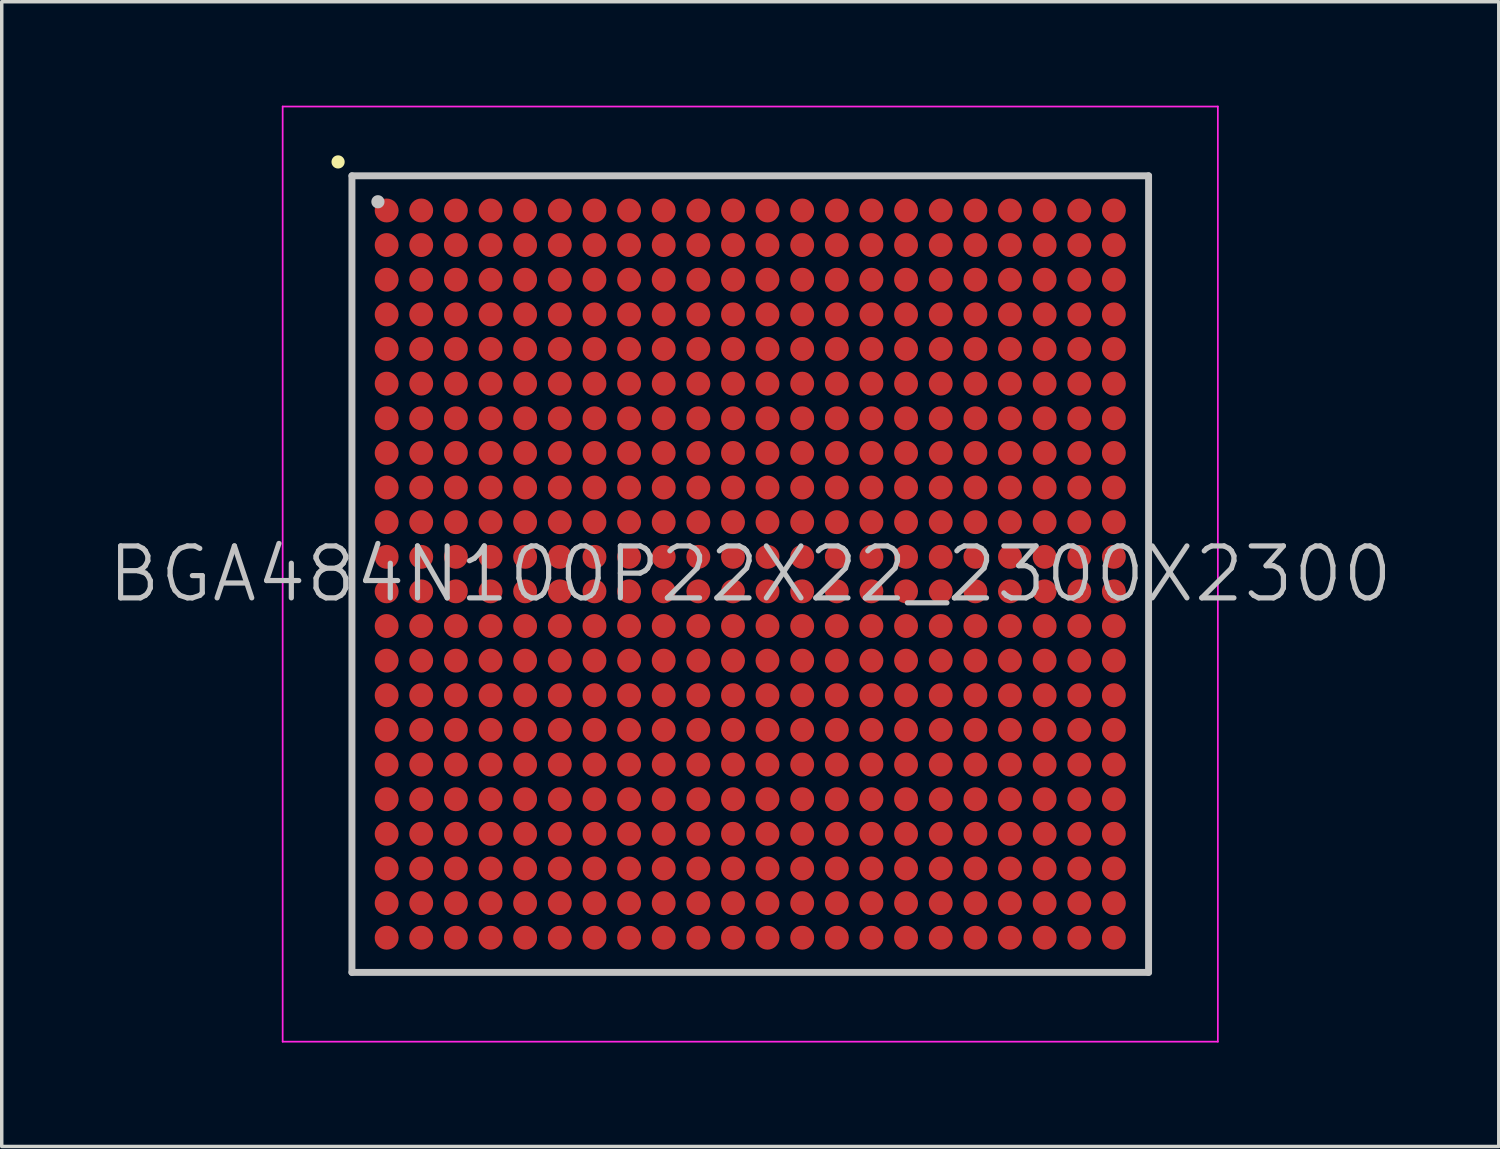
<source format=kicad_pcb>
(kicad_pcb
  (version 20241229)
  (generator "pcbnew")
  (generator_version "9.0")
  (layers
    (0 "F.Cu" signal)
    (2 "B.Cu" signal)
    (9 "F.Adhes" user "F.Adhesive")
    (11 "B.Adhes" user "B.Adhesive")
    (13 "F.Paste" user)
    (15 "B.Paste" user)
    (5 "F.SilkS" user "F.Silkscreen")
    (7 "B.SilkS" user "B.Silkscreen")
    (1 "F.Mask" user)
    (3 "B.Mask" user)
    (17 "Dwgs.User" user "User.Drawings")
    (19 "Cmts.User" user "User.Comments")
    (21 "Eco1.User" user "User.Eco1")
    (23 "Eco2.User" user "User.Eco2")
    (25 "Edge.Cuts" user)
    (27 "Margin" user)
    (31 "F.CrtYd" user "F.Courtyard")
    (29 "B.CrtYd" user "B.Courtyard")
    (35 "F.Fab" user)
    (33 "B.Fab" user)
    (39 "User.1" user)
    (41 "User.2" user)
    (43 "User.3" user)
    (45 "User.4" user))
  (footprint "BGA484N100P22X22_2300X2300"
    (layer "F.Cu")
    (at 18.611 13.525)
    (property "Reference" "BGA484N100P22X22_2300X2300" (at 0 0 0) (layer "Dwgs.User") (effects (font (size 1.5 1.5) (thickness 0.15))))
    (attr smd)
    (fp_line (start -11.9 -11.9) (end -11.9 -11.9) (stroke (width 0.381) (type solid)) (layer "F.SilkS"))
    (fp_line (start -11.5 -11.5) (end -11.5 11.5) (stroke (width 0.2) (type solid)) (layer "Dwgs.User"))
    (fp_line (start -11.5 -11.5) (end 11.5 -11.5) (stroke (width 0.2) (type solid)) (layer "Dwgs.User"))
    (fp_line (start -11.5 11.5) (end 11.5 11.5) (stroke (width 0.2) (type solid)) (layer "Dwgs.User"))
    (fp_line (start -10.75 -10.75) (end -10.75 -10.75) (stroke (width 0.381) (type solid)) (layer "Dwgs.User"))
    (fp_line (start 11.5 -11.5) (end 11.5 11.5) (stroke (width 0.2) (type solid)) (layer "Dwgs.User"))
    (fp_line (start -13.5 -13.5) (end -13.5 13.5) (stroke (width 0.05) (type solid)) (layer "F.CrtYd"))
    (fp_line (start -13.5 -13.5) (end 13.5 -13.5) (stroke (width 0.05) (type solid)) (layer "F.CrtYd"))
    (fp_line (start -13.5 13.5) (end 13.5 13.5) (stroke (width 0.05) (type solid)) (layer "F.CrtYd"))
    (fp_line (start 13.5 -13.5) (end 13.5 13.5) (stroke (width 0.05) (type solid)) (layer "F.CrtYd"))
    (pad "A1" smd circle (at -10.498 -10.498 270) (size 0.69 0.69) (layers "F.Cu" "F.Mask" "F.Paste"))
    (pad "A2" smd circle (at -9.5 -10.498 270) (size 0.69 0.69) (layers "F.Cu" "F.Mask" "F.Paste"))
    (pad "A3" smd circle (at -8.499 -10.498 270) (size 0.69 0.69) (layers "F.Cu" "F.Mask" "F.Paste"))
    (pad "A4" smd circle (at -7.498 -10.498 270) (size 0.69 0.69) (layers "F.Cu" "F.Mask" "F.Paste"))
    (pad "A5" smd circle (at -6.5 -10.498 270) (size 0.69 0.69) (layers "F.Cu" "F.Mask" "F.Paste"))
    (pad "A6" smd circle (at -5.499 -10.498 270) (size 0.69 0.69) (layers "F.Cu" "F.Mask" "F.Paste"))
    (pad "A7" smd circle (at -4.498 -10.498 270) (size 0.69 0.69) (layers "F.Cu" "F.Mask" "F.Paste"))
    (pad "A8" smd circle (at -3.498 -10.498 270) (size 0.69 0.69) (layers "F.Cu" "F.Mask" "F.Paste"))
    (pad "A9" smd circle (at -2.499 -10.498 270) (size 0.69 0.69) (layers "F.Cu" "F.Mask" "F.Paste"))
    (pad "A10" smd circle (at -1.499 -10.498 270) (size 0.69 0.69) (layers "F.Cu" "F.Mask" "F.Paste"))
    (pad "A11" smd circle (at -0.498 -10.498 270) (size 0.69 0.69) (layers "F.Cu" "F.Mask" "F.Paste"))
    (pad "A12" smd circle (at 0.498 -10.498 270) (size 0.69 0.69) (layers "F.Cu" "F.Mask" "F.Paste"))
    (pad "A13" smd circle (at 1.499 -10.498 270) (size 0.69 0.69) (layers "F.Cu" "F.Mask" "F.Paste"))
    (pad "A14" smd circle (at 2.499 -10.498 270) (size 0.69 0.69) (layers "F.Cu" "F.Mask" "F.Paste"))
    (pad "A15" smd circle (at 3.498 -10.498 270) (size 0.69 0.69) (layers "F.Cu" "F.Mask" "F.Paste"))
    (pad "A16" smd circle (at 4.498 -10.498 270) (size 0.69 0.69) (layers "F.Cu" "F.Mask" "F.Paste"))
    (pad "A17" smd circle (at 5.499 -10.498 270) (size 0.69 0.69) (layers "F.Cu" "F.Mask" "F.Paste"))
    (pad "A18" smd circle (at 6.5 -10.498 270) (size 0.69 0.69) (layers "F.Cu" "F.Mask" "F.Paste"))
    (pad "A19" smd circle (at 7.498 -10.498 270) (size 0.69 0.69) (layers "F.Cu" "F.Mask" "F.Paste"))
    (pad "A20" smd circle (at 8.499 -10.498 270) (size 0.69 0.69) (layers "F.Cu" "F.Mask" "F.Paste"))
    (pad "A21" smd circle (at 9.5 -10.498 270) (size 0.69 0.69) (layers "F.Cu" "F.Mask" "F.Paste"))
    (pad "A22" smd circle (at 10.498 -10.498 270) (size 0.69 0.69) (layers "F.Cu" "F.Mask" "F.Paste"))
    (pad "AA1" smd circle (at -10.498 9.5 270) (size 0.69 0.69) (layers "F.Cu" "F.Mask" "F.Paste"))
    (pad "AA2" smd circle (at -9.5 9.5 270) (size 0.69 0.69) (layers "F.Cu" "F.Mask" "F.Paste"))
    (pad "AA3" smd circle (at -8.499 9.5 270) (size 0.69 0.69) (layers "F.Cu" "F.Mask" "F.Paste"))
    (pad "AA4" smd circle (at -7.498 9.5 270) (size 0.69 0.69) (layers "F.Cu" "F.Mask" "F.Paste"))
    (pad "AA5" smd circle (at -6.5 9.5 270) (size 0.69 0.69) (layers "F.Cu" "F.Mask" "F.Paste"))
    (pad "AA6" smd circle (at -5.499 9.5 270) (size 0.69 0.69) (layers "F.Cu" "F.Mask" "F.Paste"))
    (pad "AA7" smd circle (at -4.498 9.5 270) (size 0.69 0.69) (layers "F.Cu" "F.Mask" "F.Paste"))
    (pad "AA8" smd circle (at -3.498 9.5 270) (size 0.69 0.69) (layers "F.Cu" "F.Mask" "F.Paste"))
    (pad "AA9" smd circle (at -2.499 9.5 270) (size 0.69 0.69) (layers "F.Cu" "F.Mask" "F.Paste"))
    (pad "AA10" smd circle (at -1.499 9.5 270) (size 0.69 0.69) (layers "F.Cu" "F.Mask" "F.Paste"))
    (pad "AA11" smd circle (at -0.498 9.5 270) (size 0.69 0.69) (layers "F.Cu" "F.Mask" "F.Paste"))
    (pad "AA12" smd circle (at 0.498 9.5 270) (size 0.69 0.69) (layers "F.Cu" "F.Mask" "F.Paste"))
    (pad "AA13" smd circle (at 1.499 9.5 270) (size 0.69 0.69) (layers "F.Cu" "F.Mask" "F.Paste"))
    (pad "AA14" smd circle (at 2.499 9.5 270) (size 0.69 0.69) (layers "F.Cu" "F.Mask" "F.Paste"))
    (pad "AA15" smd circle (at 3.498 9.5 270) (size 0.69 0.69) (layers "F.Cu" "F.Mask" "F.Paste"))
    (pad "AA16" smd circle (at 4.498 9.5 270) (size 0.69 0.69) (layers "F.Cu" "F.Mask" "F.Paste"))
    (pad "AA17" smd circle (at 5.499 9.5 270) (size 0.69 0.69) (layers "F.Cu" "F.Mask" "F.Paste"))
    (pad "AA18" smd circle (at 6.5 9.5 270) (size 0.69 0.69) (layers "F.Cu" "F.Mask" "F.Paste"))
    (pad "AA19" smd circle (at 7.498 9.5 270) (size 0.69 0.69) (layers "F.Cu" "F.Mask" "F.Paste"))
    (pad "AA20" smd circle (at 8.499 9.5 270) (size 0.69 0.69) (layers "F.Cu" "F.Mask" "F.Paste"))
    (pad "AA21" smd circle (at 9.5 9.5 270) (size 0.69 0.69) (layers "F.Cu" "F.Mask" "F.Paste"))
    (pad "AA22" smd circle (at 10.498 9.5 270) (size 0.69 0.69) (layers "F.Cu" "F.Mask" "F.Paste"))
    (pad "AB1" smd circle (at -10.498 10.498 270) (size 0.69 0.69) (layers "F.Cu" "F.Mask" "F.Paste"))
    (pad "AB2" smd circle (at -9.5 10.498 270) (size 0.69 0.69) (layers "F.Cu" "F.Mask" "F.Paste"))
    (pad "AB3" smd circle (at -8.499 10.498 270) (size 0.69 0.69) (layers "F.Cu" "F.Mask" "F.Paste"))
    (pad "AB4" smd circle (at -7.498 10.498 270) (size 0.69 0.69) (layers "F.Cu" "F.Mask" "F.Paste"))
    (pad "AB5" smd circle (at -6.5 10.498 270) (size 0.69 0.69) (layers "F.Cu" "F.Mask" "F.Paste"))
    (pad "AB6" smd circle (at -5.499 10.498 270) (size 0.69 0.69) (layers "F.Cu" "F.Mask" "F.Paste"))
    (pad "AB7" smd circle (at -4.498 10.498 270) (size 0.69 0.69) (layers "F.Cu" "F.Mask" "F.Paste"))
    (pad "AB8" smd circle (at -3.498 10.498 270) (size 0.69 0.69) (layers "F.Cu" "F.Mask" "F.Paste"))
    (pad "AB9" smd circle (at -2.499 10.498 270) (size 0.69 0.69) (layers "F.Cu" "F.Mask" "F.Paste"))
    (pad "AB10" smd circle (at -1.499 10.498 270) (size 0.69 0.69) (layers "F.Cu" "F.Mask" "F.Paste"))
    (pad "AB11" smd circle (at -0.498 10.498 270) (size 0.69 0.69) (layers "F.Cu" "F.Mask" "F.Paste"))
    (pad "AB12" smd circle (at 0.498 10.498 270) (size 0.69 0.69) (layers "F.Cu" "F.Mask" "F.Paste"))
    (pad "AB13" smd circle (at 1.499 10.498 270) (size 0.69 0.69) (layers "F.Cu" "F.Mask" "F.Paste"))
    (pad "AB14" smd circle (at 2.499 10.498 270) (size 0.69 0.69) (layers "F.Cu" "F.Mask" "F.Paste"))
    (pad "AB15" smd circle (at 3.498 10.498 270) (size 0.69 0.69) (layers "F.Cu" "F.Mask" "F.Paste"))
    (pad "AB16" smd circle (at 4.498 10.498 270) (size 0.69 0.69) (layers "F.Cu" "F.Mask" "F.Paste"))
    (pad "AB17" smd circle (at 5.499 10.498 270) (size 0.69 0.69) (layers "F.Cu" "F.Mask" "F.Paste"))
    (pad "AB18" smd circle (at 6.5 10.498 270) (size 0.69 0.69) (layers "F.Cu" "F.Mask" "F.Paste"))
    (pad "AB19" smd circle (at 7.498 10.498 270) (size 0.69 0.69) (layers "F.Cu" "F.Mask" "F.Paste"))
    (pad "AB20" smd circle (at 8.499 10.498 270) (size 0.69 0.69) (layers "F.Cu" "F.Mask" "F.Paste"))
    (pad "AB21" smd circle (at 9.5 10.498 270) (size 0.69 0.69) (layers "F.Cu" "F.Mask" "F.Paste"))
    (pad "AB22" smd circle (at 10.498 10.498 270) (size 0.69 0.69) (layers "F.Cu" "F.Mask" "F.Paste"))
    (pad "B1" smd circle (at -10.498 -9.5 270) (size 0.69 0.69) (layers "F.Cu" "F.Mask" "F.Paste"))
    (pad "B2" smd circle (at -9.5 -9.5 270) (size 0.69 0.69) (layers "F.Cu" "F.Mask" "F.Paste"))
    (pad "B3" smd circle (at -8.499 -9.5 270) (size 0.69 0.69) (layers "F.Cu" "F.Mask" "F.Paste"))
    (pad "B4" smd circle (at -7.498 -9.5 270) (size 0.69 0.69) (layers "F.Cu" "F.Mask" "F.Paste"))
    (pad "B5" smd circle (at -6.5 -9.5 270) (size 0.69 0.69) (layers "F.Cu" "F.Mask" "F.Paste"))
    (pad "B6" smd circle (at -5.499 -9.5 270) (size 0.69 0.69) (layers "F.Cu" "F.Mask" "F.Paste"))
    (pad "B7" smd circle (at -4.498 -9.5 270) (size 0.69 0.69) (layers "F.Cu" "F.Mask" "F.Paste"))
    (pad "B8" smd circle (at -3.498 -9.5 270) (size 0.69 0.69) (layers "F.Cu" "F.Mask" "F.Paste"))
    (pad "B9" smd circle (at -2.499 -9.5 270) (size 0.69 0.69) (layers "F.Cu" "F.Mask" "F.Paste"))
    (pad "B10" smd circle (at -1.499 -9.5 270) (size 0.69 0.69) (layers "F.Cu" "F.Mask" "F.Paste"))
    (pad "B11" smd circle (at -0.498 -9.5 270) (size 0.69 0.69) (layers "F.Cu" "F.Mask" "F.Paste"))
    (pad "B12" smd circle (at 0.498 -9.5 270) (size 0.69 0.69) (layers "F.Cu" "F.Mask" "F.Paste"))
    (pad "B13" smd circle (at 1.499 -9.5 270) (size 0.69 0.69) (layers "F.Cu" "F.Mask" "F.Paste"))
    (pad "B14" smd circle (at 2.499 -9.5 270) (size 0.69 0.69) (layers "F.Cu" "F.Mask" "F.Paste"))
    (pad "B15" smd circle (at 3.498 -9.5 270) (size 0.69 0.69) (layers "F.Cu" "F.Mask" "F.Paste"))
    (pad "B16" smd circle (at 4.498 -9.5 270) (size 0.69 0.69) (layers "F.Cu" "F.Mask" "F.Paste"))
    (pad "B17" smd circle (at 5.499 -9.5 270) (size 0.69 0.69) (layers "F.Cu" "F.Mask" "F.Paste"))
    (pad "B18" smd circle (at 6.5 -9.5 270) (size 0.69 0.69) (layers "F.Cu" "F.Mask" "F.Paste"))
    (pad "B19" smd circle (at 7.498 -9.5 270) (size 0.69 0.69) (layers "F.Cu" "F.Mask" "F.Paste"))
    (pad "B20" smd circle (at 8.499 -9.5 270) (size 0.69 0.69) (layers "F.Cu" "F.Mask" "F.Paste"))
    (pad "B21" smd circle (at 9.5 -9.5 270) (size 0.69 0.69) (layers "F.Cu" "F.Mask" "F.Paste"))
    (pad "B22" smd circle (at 10.498 -9.5 270) (size 0.69 0.69) (layers "F.Cu" "F.Mask" "F.Paste"))
    (pad "C1" smd circle (at -10.498 -8.499 270) (size 0.69 0.69) (layers "F.Cu" "F.Mask" "F.Paste"))
    (pad "C2" smd circle (at -9.5 -8.499 270) (size 0.69 0.69) (layers "F.Cu" "F.Mask" "F.Paste"))
    (pad "C3" smd circle (at -8.499 -8.499 270) (size 0.69 0.69) (layers "F.Cu" "F.Mask" "F.Paste"))
    (pad "C4" smd circle (at -7.498 -8.499 270) (size 0.69 0.69) (layers "F.Cu" "F.Mask" "F.Paste"))
    (pad "C5" smd circle (at -6.5 -8.499 270) (size 0.69 0.69) (layers "F.Cu" "F.Mask" "F.Paste"))
    (pad "C6" smd circle (at -5.499 -8.499 270) (size 0.69 0.69) (layers "F.Cu" "F.Mask" "F.Paste"))
    (pad "C7" smd circle (at -4.498 -8.499 270) (size 0.69 0.69) (layers "F.Cu" "F.Mask" "F.Paste"))
    (pad "C8" smd circle (at -3.498 -8.499 270) (size 0.69 0.69) (layers "F.Cu" "F.Mask" "F.Paste"))
    (pad "C9" smd circle (at -2.499 -8.499 270) (size 0.69 0.69) (layers "F.Cu" "F.Mask" "F.Paste"))
    (pad "C10" smd circle (at -1.499 -8.499 270) (size 0.69 0.69) (layers "F.Cu" "F.Mask" "F.Paste"))
    (pad "C11" smd circle (at -0.498 -8.499 270) (size 0.69 0.69) (layers "F.Cu" "F.Mask" "F.Paste"))
    (pad "C12" smd circle (at 0.498 -8.499 270) (size 0.69 0.69) (layers "F.Cu" "F.Mask" "F.Paste"))
    (pad "C13" smd circle (at 1.499 -8.499 270) (size 0.69 0.69) (layers "F.Cu" "F.Mask" "F.Paste"))
    (pad "C14" smd circle (at 2.499 -8.499 270) (size 0.69 0.69) (layers "F.Cu" "F.Mask" "F.Paste"))
    (pad "C15" smd circle (at 3.498 -8.499 270) (size 0.69 0.69) (layers "F.Cu" "F.Mask" "F.Paste"))
    (pad "C16" smd circle (at 4.498 -8.499 270) (size 0.69 0.69) (layers "F.Cu" "F.Mask" "F.Paste"))
    (pad "C17" smd circle (at 5.499 -8.499 270) (size 0.69 0.69) (layers "F.Cu" "F.Mask" "F.Paste"))
    (pad "C18" smd circle (at 6.5 -8.499 270) (size 0.69 0.69) (layers "F.Cu" "F.Mask" "F.Paste"))
    (pad "C19" smd circle (at 7.498 -8.499 270) (size 0.69 0.69) (layers "F.Cu" "F.Mask" "F.Paste"))
    (pad "C20" smd circle (at 8.499 -8.499 270) (size 0.69 0.69) (layers "F.Cu" "F.Mask" "F.Paste"))
    (pad "C21" smd circle (at 9.5 -8.499 270) (size 0.69 0.69) (layers "F.Cu" "F.Mask" "F.Paste"))
    (pad "C22" smd circle (at 10.498 -8.499 270) (size 0.69 0.69) (layers "F.Cu" "F.Mask" "F.Paste"))
    (pad "D1" smd circle (at -10.498 -7.498 270) (size 0.69 0.69) (layers "F.Cu" "F.Mask" "F.Paste"))
    (pad "D2" smd circle (at -9.5 -7.498 270) (size 0.69 0.69) (layers "F.Cu" "F.Mask" "F.Paste"))
    (pad "D3" smd circle (at -8.499 -7.498 270) (size 0.69 0.69) (layers "F.Cu" "F.Mask" "F.Paste"))
    (pad "D4" smd circle (at -7.498 -7.498 270) (size 0.69 0.69) (layers "F.Cu" "F.Mask" "F.Paste"))
    (pad "D5" smd circle (at -6.5 -7.498 270) (size 0.69 0.69) (layers "F.Cu" "F.Mask" "F.Paste"))
    (pad "D6" smd circle (at -5.499 -7.498 270) (size 0.69 0.69) (layers "F.Cu" "F.Mask" "F.Paste"))
    (pad "D7" smd circle (at -4.498 -7.498 270) (size 0.69 0.69) (layers "F.Cu" "F.Mask" "F.Paste"))
    (pad "D8" smd circle (at -3.498 -7.498 270) (size 0.69 0.69) (layers "F.Cu" "F.Mask" "F.Paste"))
    (pad "D9" smd circle (at -2.499 -7.498 270) (size 0.69 0.69) (layers "F.Cu" "F.Mask" "F.Paste"))
    (pad "D10" smd circle (at -1.499 -7.498 270) (size 0.69 0.69) (layers "F.Cu" "F.Mask" "F.Paste"))
    (pad "D11" smd circle (at -0.498 -7.498 270) (size 0.69 0.69) (layers "F.Cu" "F.Mask" "F.Paste"))
    (pad "D12" smd circle (at 0.498 -7.498 270) (size 0.69 0.69) (layers "F.Cu" "F.Mask" "F.Paste"))
    (pad "D13" smd circle (at 1.499 -7.498 270) (size 0.69 0.69) (layers "F.Cu" "F.Mask" "F.Paste"))
    (pad "D14" smd circle (at 2.499 -7.498 270) (size 0.69 0.69) (layers "F.Cu" "F.Mask" "F.Paste"))
    (pad "D15" smd circle (at 3.498 -7.498 270) (size 0.69 0.69) (layers "F.Cu" "F.Mask" "F.Paste"))
    (pad "D16" smd circle (at 4.498 -7.498 270) (size 0.69 0.69) (layers "F.Cu" "F.Mask" "F.Paste"))
    (pad "D17" smd circle (at 5.499 -7.498 270) (size 0.69 0.69) (layers "F.Cu" "F.Mask" "F.Paste"))
    (pad "D18" smd circle (at 6.5 -7.498 270) (size 0.69 0.69) (layers "F.Cu" "F.Mask" "F.Paste"))
    (pad "D19" smd circle (at 7.498 -7.498 270) (size 0.69 0.69) (layers "F.Cu" "F.Mask" "F.Paste"))
    (pad "D20" smd circle (at 8.499 -7.498 270) (size 0.69 0.69) (layers "F.Cu" "F.Mask" "F.Paste"))
    (pad "D21" smd circle (at 9.5 -7.498 270) (size 0.69 0.69) (layers "F.Cu" "F.Mask" "F.Paste"))
    (pad "D22" smd circle (at 10.498 -7.498 270) (size 0.69 0.69) (layers "F.Cu" "F.Mask" "F.Paste"))
    (pad "E1" smd circle (at -10.498 -6.5 270) (size 0.69 0.69) (layers "F.Cu" "F.Mask" "F.Paste"))
    (pad "E2" smd circle (at -9.5 -6.5 270) (size 0.69 0.69) (layers "F.Cu" "F.Mask" "F.Paste"))
    (pad "E3" smd circle (at -8.499 -6.5 270) (size 0.69 0.69) (layers "F.Cu" "F.Mask" "F.Paste"))
    (pad "E4" smd circle (at -7.498 -6.5 270) (size 0.69 0.69) (layers "F.Cu" "F.Mask" "F.Paste"))
    (pad "E5" smd circle (at -6.5 -6.5 270) (size 0.69 0.69) (layers "F.Cu" "F.Mask" "F.Paste"))
    (pad "E6" smd circle (at -5.499 -6.5 270) (size 0.69 0.69) (layers "F.Cu" "F.Mask" "F.Paste"))
    (pad "E7" smd circle (at -4.498 -6.5 270) (size 0.69 0.69) (layers "F.Cu" "F.Mask" "F.Paste"))
    (pad "E8" smd circle (at -3.498 -6.5 270) (size 0.69 0.69) (layers "F.Cu" "F.Mask" "F.Paste"))
    (pad "E9" smd circle (at -2.499 -6.5 270) (size 0.69 0.69) (layers "F.Cu" "F.Mask" "F.Paste"))
    (pad "E10" smd circle (at -1.499 -6.5 270) (size 0.69 0.69) (layers "F.Cu" "F.Mask" "F.Paste"))
    (pad "E11" smd circle (at -0.498 -6.5 270) (size 0.69 0.69) (layers "F.Cu" "F.Mask" "F.Paste"))
    (pad "E12" smd circle (at 0.498 -6.5 270) (size 0.69 0.69) (layers "F.Cu" "F.Mask" "F.Paste"))
    (pad "E13" smd circle (at 1.499 -6.5 270) (size 0.69 0.69) (layers "F.Cu" "F.Mask" "F.Paste"))
    (pad "E14" smd circle (at 2.499 -6.5 270) (size 0.69 0.69) (layers "F.Cu" "F.Mask" "F.Paste"))
    (pad "E15" smd circle (at 3.498 -6.5 270) (size 0.69 0.69) (layers "F.Cu" "F.Mask" "F.Paste"))
    (pad "E16" smd circle (at 4.498 -6.5 270) (size 0.69 0.69) (layers "F.Cu" "F.Mask" "F.Paste"))
    (pad "E17" smd circle (at 5.499 -6.5 270) (size 0.69 0.69) (layers "F.Cu" "F.Mask" "F.Paste"))
    (pad "E18" smd circle (at 6.5 -6.5 270) (size 0.69 0.69) (layers "F.Cu" "F.Mask" "F.Paste"))
    (pad "E19" smd circle (at 7.498 -6.5 270) (size 0.69 0.69) (layers "F.Cu" "F.Mask" "F.Paste"))
    (pad "E20" smd circle (at 8.499 -6.5 270) (size 0.69 0.69) (layers "F.Cu" "F.Mask" "F.Paste"))
    (pad "E21" smd circle (at 9.5 -6.5 270) (size 0.69 0.69) (layers "F.Cu" "F.Mask" "F.Paste"))
    (pad "E22" smd circle (at 10.498 -6.5 270) (size 0.69 0.69) (layers "F.Cu" "F.Mask" "F.Paste"))
    (pad "F1" smd circle (at -10.498 -5.499 270) (size 0.69 0.69) (layers "F.Cu" "F.Mask" "F.Paste"))
    (pad "F2" smd circle (at -9.5 -5.499 270) (size 0.69 0.69) (layers "F.Cu" "F.Mask" "F.Paste"))
    (pad "F3" smd circle (at -8.499 -5.499 270) (size 0.69 0.69) (layers "F.Cu" "F.Mask" "F.Paste"))
    (pad "F4" smd circle (at -7.498 -5.499 270) (size 0.69 0.69) (layers "F.Cu" "F.Mask" "F.Paste"))
    (pad "F5" smd circle (at -6.5 -5.499 270) (size 0.69 0.69) (layers "F.Cu" "F.Mask" "F.Paste"))
    (pad "F6" smd circle (at -5.499 -5.499 270) (size 0.69 0.69) (layers "F.Cu" "F.Mask" "F.Paste"))
    (pad "F7" smd circle (at -4.498 -5.499 270) (size 0.69 0.69) (layers "F.Cu" "F.Mask" "F.Paste"))
    (pad "F8" smd circle (at -3.498 -5.499 270) (size 0.69 0.69) (layers "F.Cu" "F.Mask" "F.Paste"))
    (pad "F9" smd circle (at -2.499 -5.499 270) (size 0.69 0.69) (layers "F.Cu" "F.Mask" "F.Paste"))
    (pad "F10" smd circle (at -1.499 -5.499 270) (size 0.69 0.69) (layers "F.Cu" "F.Mask" "F.Paste"))
    (pad "F11" smd circle (at -0.498 -5.499 270) (size 0.69 0.69) (layers "F.Cu" "F.Mask" "F.Paste"))
    (pad "F12" smd circle (at 0.498 -5.499 270) (size 0.69 0.69) (layers "F.Cu" "F.Mask" "F.Paste"))
    (pad "F13" smd circle (at 1.499 -5.499 270) (size 0.69 0.69) (layers "F.Cu" "F.Mask" "F.Paste"))
    (pad "F14" smd circle (at 2.499 -5.499 270) (size 0.69 0.69) (layers "F.Cu" "F.Mask" "F.Paste"))
    (pad "F15" smd circle (at 3.498 -5.499 270) (size 0.69 0.69) (layers "F.Cu" "F.Mask" "F.Paste"))
    (pad "F16" smd circle (at 4.498 -5.499 270) (size 0.69 0.69) (layers "F.Cu" "F.Mask" "F.Paste"))
    (pad "F17" smd circle (at 5.499 -5.499 270) (size 0.69 0.69) (layers "F.Cu" "F.Mask" "F.Paste"))
    (pad "F18" smd circle (at 6.5 -5.499 270) (size 0.69 0.69) (layers "F.Cu" "F.Mask" "F.Paste"))
    (pad "F19" smd circle (at 7.498 -5.499 270) (size 0.69 0.69) (layers "F.Cu" "F.Mask" "F.Paste"))
    (pad "F20" smd circle (at 8.499 -5.499 270) (size 0.69 0.69) (layers "F.Cu" "F.Mask" "F.Paste"))
    (pad "F21" smd circle (at 9.5 -5.499 270) (size 0.69 0.69) (layers "F.Cu" "F.Mask" "F.Paste"))
    (pad "F22" smd circle (at 10.498 -5.499 270) (size 0.69 0.69) (layers "F.Cu" "F.Mask" "F.Paste"))
    (pad "G1" smd circle (at -10.498 -4.498 270) (size 0.69 0.69) (layers "F.Cu" "F.Mask" "F.Paste"))
    (pad "G2" smd circle (at -9.5 -4.498 270) (size 0.69 0.69) (layers "F.Cu" "F.Mask" "F.Paste"))
    (pad "G3" smd circle (at -8.499 -4.498 270) (size 0.69 0.69) (layers "F.Cu" "F.Mask" "F.Paste"))
    (pad "G4" smd circle (at -7.498 -4.498 270) (size 0.69 0.69) (layers "F.Cu" "F.Mask" "F.Paste"))
    (pad "G5" smd circle (at -6.5 -4.498 270) (size 0.69 0.69) (layers "F.Cu" "F.Mask" "F.Paste"))
    (pad "G6" smd circle (at -5.499 -4.498 270) (size 0.69 0.69) (layers "F.Cu" "F.Mask" "F.Paste"))
    (pad "G7" smd circle (at -4.498 -4.498 270) (size 0.69 0.69) (layers "F.Cu" "F.Mask" "F.Paste"))
    (pad "G8" smd circle (at -3.498 -4.498 270) (size 0.69 0.69) (layers "F.Cu" "F.Mask" "F.Paste"))
    (pad "G9" smd circle (at -2.499 -4.498 270) (size 0.69 0.69) (layers "F.Cu" "F.Mask" "F.Paste"))
    (pad "G10" smd circle (at -1.499 -4.498 270) (size 0.69 0.69) (layers "F.Cu" "F.Mask" "F.Paste"))
    (pad "G11" smd circle (at -0.498 -4.498 270) (size 0.69 0.69) (layers "F.Cu" "F.Mask" "F.Paste"))
    (pad "G12" smd circle (at 0.498 -4.498 270) (size 0.69 0.69) (layers "F.Cu" "F.Mask" "F.Paste"))
    (pad "G13" smd circle (at 1.499 -4.498 270) (size 0.69 0.69) (layers "F.Cu" "F.Mask" "F.Paste"))
    (pad "G14" smd circle (at 2.499 -4.498 270) (size 0.69 0.69) (layers "F.Cu" "F.Mask" "F.Paste"))
    (pad "G15" smd circle (at 3.498 -4.498 270) (size 0.69 0.69) (layers "F.Cu" "F.Mask" "F.Paste"))
    (pad "G16" smd circle (at 4.498 -4.498 270) (size 0.69 0.69) (layers "F.Cu" "F.Mask" "F.Paste"))
    (pad "G17" smd circle (at 5.499 -4.498 270) (size 0.69 0.69) (layers "F.Cu" "F.Mask" "F.Paste"))
    (pad "G18" smd circle (at 6.5 -4.498 270) (size 0.69 0.69) (layers "F.Cu" "F.Mask" "F.Paste"))
    (pad "G19" smd circle (at 7.498 -4.498 270) (size 0.69 0.69) (layers "F.Cu" "F.Mask" "F.Paste"))
    (pad "G20" smd circle (at 8.499 -4.498 270) (size 0.69 0.69) (layers "F.Cu" "F.Mask" "F.Paste"))
    (pad "G21" smd circle (at 9.5 -4.498 270) (size 0.69 0.69) (layers "F.Cu" "F.Mask" "F.Paste"))
    (pad "G22" smd circle (at 10.498 -4.498 270) (size 0.69 0.69) (layers "F.Cu" "F.Mask" "F.Paste"))
    (pad "H1" smd circle (at -10.498 -3.498 270) (size 0.69 0.69) (layers "F.Cu" "F.Mask" "F.Paste"))
    (pad "H2" smd circle (at -9.5 -3.498 270) (size 0.69 0.69) (layers "F.Cu" "F.Mask" "F.Paste"))
    (pad "H3" smd circle (at -8.499 -3.498 270) (size 0.69 0.69) (layers "F.Cu" "F.Mask" "F.Paste"))
    (pad "H4" smd circle (at -7.498 -3.498 270) (size 0.69 0.69) (layers "F.Cu" "F.Mask" "F.Paste"))
    (pad "H5" smd circle (at -6.5 -3.498 270) (size 0.69 0.69) (layers "F.Cu" "F.Mask" "F.Paste"))
    (pad "H6" smd circle (at -5.499 -3.498 270) (size 0.69 0.69) (layers "F.Cu" "F.Mask" "F.Paste"))
    (pad "H7" smd circle (at -4.498 -3.498 270) (size 0.69 0.69) (layers "F.Cu" "F.Mask" "F.Paste"))
    (pad "H8" smd circle (at -3.498 -3.498 270) (size 0.69 0.69) (layers "F.Cu" "F.Mask" "F.Paste"))
    (pad "H9" smd circle (at -2.499 -3.498 270) (size 0.69 0.69) (layers "F.Cu" "F.Mask" "F.Paste"))
    (pad "H10" smd circle (at -1.499 -3.498 270) (size 0.69 0.69) (layers "F.Cu" "F.Mask" "F.Paste"))
    (pad "H11" smd circle (at -0.498 -3.498 270) (size 0.69 0.69) (layers "F.Cu" "F.Mask" "F.Paste"))
    (pad "H12" smd circle (at 0.498 -3.498 270) (size 0.69 0.69) (layers "F.Cu" "F.Mask" "F.Paste"))
    (pad "H13" smd circle (at 1.499 -3.498 270) (size 0.69 0.69) (layers "F.Cu" "F.Mask" "F.Paste"))
    (pad "H14" smd circle (at 2.499 -3.498 270) (size 0.69 0.69) (layers "F.Cu" "F.Mask" "F.Paste"))
    (pad "H15" smd circle (at 3.498 -3.498 270) (size 0.69 0.69) (layers "F.Cu" "F.Mask" "F.Paste"))
    (pad "H16" smd circle (at 4.498 -3.498 270) (size 0.69 0.69) (layers "F.Cu" "F.Mask" "F.Paste"))
    (pad "H17" smd circle (at 5.499 -3.498 270) (size 0.69 0.69) (layers "F.Cu" "F.Mask" "F.Paste"))
    (pad "H18" smd circle (at 6.5 -3.498 270) (size 0.69 0.69) (layers "F.Cu" "F.Mask" "F.Paste"))
    (pad "H19" smd circle (at 7.498 -3.498 270) (size 0.69 0.69) (layers "F.Cu" "F.Mask" "F.Paste"))
    (pad "H20" smd circle (at 8.499 -3.498 270) (size 0.69 0.69) (layers "F.Cu" "F.Mask" "F.Paste"))
    (pad "H21" smd circle (at 9.5 -3.498 270) (size 0.69 0.69) (layers "F.Cu" "F.Mask" "F.Paste"))
    (pad "H22" smd circle (at 10.498 -3.498 270) (size 0.69 0.69) (layers "F.Cu" "F.Mask" "F.Paste"))
    (pad "J1" smd circle (at -10.498 -2.499 270) (size 0.69 0.69) (layers "F.Cu" "F.Mask" "F.Paste"))
    (pad "J2" smd circle (at -9.5 -2.499 270) (size 0.69 0.69) (layers "F.Cu" "F.Mask" "F.Paste"))
    (pad "J3" smd circle (at -8.499 -2.499 270) (size 0.69 0.69) (layers "F.Cu" "F.Mask" "F.Paste"))
    (pad "J4" smd circle (at -7.498 -2.499 270) (size 0.69 0.69) (layers "F.Cu" "F.Mask" "F.Paste"))
    (pad "J5" smd circle (at -6.5 -2.499 270) (size 0.69 0.69) (layers "F.Cu" "F.Mask" "F.Paste"))
    (pad "J6" smd circle (at -5.499 -2.499 270) (size 0.69 0.69) (layers "F.Cu" "F.Mask" "F.Paste"))
    (pad "J7" smd circle (at -4.498 -2.499 270) (size 0.69 0.69) (layers "F.Cu" "F.Mask" "F.Paste"))
    (pad "J8" smd circle (at -3.498 -2.499 270) (size 0.69 0.69) (layers "F.Cu" "F.Mask" "F.Paste"))
    (pad "J9" smd circle (at -2.499 -2.499 270) (size 0.69 0.69) (layers "F.Cu" "F.Mask" "F.Paste"))
    (pad "J10" smd circle (at -1.499 -2.499 270) (size 0.69 0.69) (layers "F.Cu" "F.Mask" "F.Paste"))
    (pad "J11" smd circle (at -0.498 -2.499 270) (size 0.69 0.69) (layers "F.Cu" "F.Mask" "F.Paste"))
    (pad "J12" smd circle (at 0.498 -2.499 270) (size 0.69 0.69) (layers "F.Cu" "F.Mask" "F.Paste"))
    (pad "J13" smd circle (at 1.499 -2.499 270) (size 0.69 0.69) (layers "F.Cu" "F.Mask" "F.Paste"))
    (pad "J14" smd circle (at 2.499 -2.499 270) (size 0.69 0.69) (layers "F.Cu" "F.Mask" "F.Paste"))
    (pad "J15" smd circle (at 3.498 -2.499 270) (size 0.69 0.69) (layers "F.Cu" "F.Mask" "F.Paste"))
    (pad "J16" smd circle (at 4.498 -2.499 270) (size 0.69 0.69) (layers "F.Cu" "F.Mask" "F.Paste"))
    (pad "J17" smd circle (at 5.499 -2.499 270) (size 0.69 0.69) (layers "F.Cu" "F.Mask" "F.Paste"))
    (pad "J18" smd circle (at 6.5 -2.499 270) (size 0.69 0.69) (layers "F.Cu" "F.Mask" "F.Paste"))
    (pad "J19" smd circle (at 7.498 -2.499 270) (size 0.69 0.69) (layers "F.Cu" "F.Mask" "F.Paste"))
    (pad "J20" smd circle (at 8.499 -2.499 270) (size 0.69 0.69) (layers "F.Cu" "F.Mask" "F.Paste"))
    (pad "J21" smd circle (at 9.5 -2.499 270) (size 0.69 0.69) (layers "F.Cu" "F.Mask" "F.Paste"))
    (pad "J22" smd circle (at 10.498 -2.499 270) (size 0.69 0.69) (layers "F.Cu" "F.Mask" "F.Paste"))
    (pad "K1" smd circle (at -10.498 -1.499 270) (size 0.69 0.69) (layers "F.Cu" "F.Mask" "F.Paste"))
    (pad "K2" smd circle (at -9.5 -1.499 270) (size 0.69 0.69) (layers "F.Cu" "F.Mask" "F.Paste"))
    (pad "K3" smd circle (at -8.499 -1.499 270) (size 0.69 0.69) (layers "F.Cu" "F.Mask" "F.Paste"))
    (pad "K4" smd circle (at -7.498 -1.499 270) (size 0.69 0.69) (layers "F.Cu" "F.Mask" "F.Paste"))
    (pad "K5" smd circle (at -6.5 -1.499 270) (size 0.69 0.69) (layers "F.Cu" "F.Mask" "F.Paste"))
    (pad "K6" smd circle (at -5.499 -1.499 270) (size 0.69 0.69) (layers "F.Cu" "F.Mask" "F.Paste"))
    (pad "K7" smd circle (at -4.498 -1.499 270) (size 0.69 0.69) (layers "F.Cu" "F.Mask" "F.Paste"))
    (pad "K8" smd circle (at -3.498 -1.499 270) (size 0.69 0.69) (layers "F.Cu" "F.Mask" "F.Paste"))
    (pad "K9" smd circle (at -2.499 -1.499 270) (size 0.69 0.69) (layers "F.Cu" "F.Mask" "F.Paste"))
    (pad "K10" smd circle (at -1.499 -1.499 270) (size 0.69 0.69) (layers "F.Cu" "F.Mask" "F.Paste"))
    (pad "K11" smd circle (at -0.498 -1.499 270) (size 0.69 0.69) (layers "F.Cu" "F.Mask" "F.Paste"))
    (pad "K12" smd circle (at 0.498 -1.499 270) (size 0.69 0.69) (layers "F.Cu" "F.Mask" "F.Paste"))
    (pad "K13" smd circle (at 1.499 -1.499 270) (size 0.69 0.69) (layers "F.Cu" "F.Mask" "F.Paste"))
    (pad "K14" smd circle (at 2.499 -1.499 270) (size 0.69 0.69) (layers "F.Cu" "F.Mask" "F.Paste"))
    (pad "K15" smd circle (at 3.498 -1.499 270) (size 0.69 0.69) (layers "F.Cu" "F.Mask" "F.Paste"))
    (pad "K16" smd circle (at 4.498 -1.499 270) (size 0.69 0.69) (layers "F.Cu" "F.Mask" "F.Paste"))
    (pad "K17" smd circle (at 5.499 -1.499 270) (size 0.69 0.69) (layers "F.Cu" "F.Mask" "F.Paste"))
    (pad "K18" smd circle (at 6.5 -1.499 270) (size 0.69 0.69) (layers "F.Cu" "F.Mask" "F.Paste"))
    (pad "K19" smd circle (at 7.498 -1.499 270) (size 0.69 0.69) (layers "F.Cu" "F.Mask" "F.Paste"))
    (pad "K20" smd circle (at 8.499 -1.499 270) (size 0.69 0.69) (layers "F.Cu" "F.Mask" "F.Paste"))
    (pad "K21" smd circle (at 9.5 -1.499 270) (size 0.69 0.69) (layers "F.Cu" "F.Mask" "F.Paste"))
    (pad "K22" smd circle (at 10.498 -1.499 270) (size 0.69 0.69) (layers "F.Cu" "F.Mask" "F.Paste"))
    (pad "L1" smd circle (at -10.498 -0.498 270) (size 0.69 0.69) (layers "F.Cu" "F.Mask" "F.Paste"))
    (pad "L2" smd circle (at -9.5 -0.498 270) (size 0.69 0.69) (layers "F.Cu" "F.Mask" "F.Paste"))
    (pad "L3" smd circle (at -8.499 -0.498 270) (size 0.69 0.69) (layers "F.Cu" "F.Mask" "F.Paste"))
    (pad "L4" smd circle (at -7.498 -0.498 270) (size 0.69 0.69) (layers "F.Cu" "F.Mask" "F.Paste"))
    (pad "L5" smd circle (at -6.5 -0.498 270) (size 0.69 0.69) (layers "F.Cu" "F.Mask" "F.Paste"))
    (pad "L6" smd circle (at -5.499 -0.498 270) (size 0.69 0.69) (layers "F.Cu" "F.Mask" "F.Paste"))
    (pad "L7" smd circle (at -4.498 -0.498 270) (size 0.69 0.69) (layers "F.Cu" "F.Mask" "F.Paste"))
    (pad "L8" smd circle (at -3.498 -0.498 270) (size 0.69 0.69) (layers "F.Cu" "F.Mask" "F.Paste"))
    (pad "L9" smd circle (at -2.499 -0.498 270) (size 0.69 0.69) (layers "F.Cu" "F.Mask" "F.Paste"))
    (pad "L10" smd circle (at -1.499 -0.498 270) (size 0.69 0.69) (layers "F.Cu" "F.Mask" "F.Paste"))
    (pad "L11" smd circle (at -0.498 -0.498 270) (size 0.69 0.69) (layers "F.Cu" "F.Mask" "F.Paste"))
    (pad "L12" smd circle (at 0.498 -0.498 270) (size 0.69 0.69) (layers "F.Cu" "F.Mask" "F.Paste"))
    (pad "L13" smd circle (at 1.499 -0.498 270) (size 0.69 0.69) (layers "F.Cu" "F.Mask" "F.Paste"))
    (pad "L14" smd circle (at 2.499 -0.498 270) (size 0.69 0.69) (layers "F.Cu" "F.Mask" "F.Paste"))
    (pad "L15" smd circle (at 3.498 -0.498 270) (size 0.69 0.69) (layers "F.Cu" "F.Mask" "F.Paste"))
    (pad "L16" smd circle (at 4.498 -0.498 270) (size 0.69 0.69) (layers "F.Cu" "F.Mask" "F.Paste"))
    (pad "L17" smd circle (at 5.499 -0.498 270) (size 0.69 0.69) (layers "F.Cu" "F.Mask" "F.Paste"))
    (pad "L18" smd circle (at 6.5 -0.498 270) (size 0.69 0.69) (layers "F.Cu" "F.Mask" "F.Paste"))
    (pad "L19" smd circle (at 7.498 -0.498 270) (size 0.69 0.69) (layers "F.Cu" "F.Mask" "F.Paste"))
    (pad "L20" smd circle (at 8.499 -0.498 270) (size 0.69 0.69) (layers "F.Cu" "F.Mask" "F.Paste"))
    (pad "L21" smd circle (at 9.5 -0.498 270) (size 0.69 0.69) (layers "F.Cu" "F.Mask" "F.Paste"))
    (pad "L22" smd circle (at 10.498 -0.498 270) (size 0.69 0.69) (layers "F.Cu" "F.Mask" "F.Paste"))
    (pad "M1" smd circle (at -10.498 0.498 270) (size 0.69 0.69) (layers "F.Cu" "F.Mask" "F.Paste"))
    (pad "M2" smd circle (at -9.5 0.498 270) (size 0.69 0.69) (layers "F.Cu" "F.Mask" "F.Paste"))
    (pad "M3" smd circle (at -8.499 0.498 270) (size 0.69 0.69) (layers "F.Cu" "F.Mask" "F.Paste"))
    (pad "M4" smd circle (at -7.498 0.498 270) (size 0.69 0.69) (layers "F.Cu" "F.Mask" "F.Paste"))
    (pad "M5" smd circle (at -6.5 0.498 270) (size 0.69 0.69) (layers "F.Cu" "F.Mask" "F.Paste"))
    (pad "M6" smd circle (at -5.499 0.498 270) (size 0.69 0.69) (layers "F.Cu" "F.Mask" "F.Paste"))
    (pad "M7" smd circle (at -4.498 0.498 270) (size 0.69 0.69) (layers "F.Cu" "F.Mask" "F.Paste"))
    (pad "M8" smd circle (at -3.498 0.498 270) (size 0.69 0.69) (layers "F.Cu" "F.Mask" "F.Paste"))
    (pad "M9" smd circle (at -2.499 0.498 270) (size 0.69 0.69) (layers "F.Cu" "F.Mask" "F.Paste"))
    (pad "M10" smd circle (at -1.499 0.498 270) (size 0.69 0.69) (layers "F.Cu" "F.Mask" "F.Paste"))
    (pad "M11" smd circle (at -0.498 0.498 270) (size 0.69 0.69) (layers "F.Cu" "F.Mask" "F.Paste"))
    (pad "M12" smd circle (at 0.498 0.498 270) (size 0.69 0.69) (layers "F.Cu" "F.Mask" "F.Paste"))
    (pad "M13" smd circle (at 1.499 0.498 270) (size 0.69 0.69) (layers "F.Cu" "F.Mask" "F.Paste"))
    (pad "M14" smd circle (at 2.499 0.498 270) (size 0.69 0.69) (layers "F.Cu" "F.Mask" "F.Paste"))
    (pad "M15" smd circle (at 3.498 0.498 270) (size 0.69 0.69) (layers "F.Cu" "F.Mask" "F.Paste"))
    (pad "M16" smd circle (at 4.498 0.498 270) (size 0.69 0.69) (layers "F.Cu" "F.Mask" "F.Paste"))
    (pad "M17" smd circle (at 5.499 0.498 270) (size 0.69 0.69) (layers "F.Cu" "F.Mask" "F.Paste"))
    (pad "M18" smd circle (at 6.5 0.498 270) (size 0.69 0.69) (layers "F.Cu" "F.Mask" "F.Paste"))
    (pad "M19" smd circle (at 7.498 0.498 270) (size 0.69 0.69) (layers "F.Cu" "F.Mask" "F.Paste"))
    (pad "M20" smd circle (at 8.499 0.498 270) (size 0.69 0.69) (layers "F.Cu" "F.Mask" "F.Paste"))
    (pad "M21" smd circle (at 9.5 0.498 270) (size 0.69 0.69) (layers "F.Cu" "F.Mask" "F.Paste"))
    (pad "M22" smd circle (at 10.498 0.498 270) (size 0.69 0.69) (layers "F.Cu" "F.Mask" "F.Paste"))
    (pad "N1" smd circle (at -10.498 1.499 270) (size 0.69 0.69) (layers "F.Cu" "F.Mask" "F.Paste"))
    (pad "N2" smd circle (at -9.5 1.499 270) (size 0.69 0.69) (layers "F.Cu" "F.Mask" "F.Paste"))
    (pad "N3" smd circle (at -8.499 1.499 270) (size 0.69 0.69) (layers "F.Cu" "F.Mask" "F.Paste"))
    (pad "N4" smd circle (at -7.498 1.499 270) (size 0.69 0.69) (layers "F.Cu" "F.Mask" "F.Paste"))
    (pad "N5" smd circle (at -6.5 1.499 270) (size 0.69 0.69) (layers "F.Cu" "F.Mask" "F.Paste"))
    (pad "N6" smd circle (at -5.499 1.499 270) (size 0.69 0.69) (layers "F.Cu" "F.Mask" "F.Paste"))
    (pad "N7" smd circle (at -4.498 1.499 270) (size 0.69 0.69) (layers "F.Cu" "F.Mask" "F.Paste"))
    (pad "N8" smd circle (at -3.498 1.499 270) (size 0.69 0.69) (layers "F.Cu" "F.Mask" "F.Paste"))
    (pad "N9" smd circle (at -2.499 1.499 270) (size 0.69 0.69) (layers "F.Cu" "F.Mask" "F.Paste"))
    (pad "N10" smd circle (at -1.499 1.499 270) (size 0.69 0.69) (layers "F.Cu" "F.Mask" "F.Paste"))
    (pad "N11" smd circle (at -0.498 1.499 270) (size 0.69 0.69) (layers "F.Cu" "F.Mask" "F.Paste"))
    (pad "N12" smd circle (at 0.498 1.499 270) (size 0.69 0.69) (layers "F.Cu" "F.Mask" "F.Paste"))
    (pad "N13" smd circle (at 1.499 1.499 270) (size 0.69 0.69) (layers "F.Cu" "F.Mask" "F.Paste"))
    (pad "N14" smd circle (at 2.499 1.499 270) (size 0.69 0.69) (layers "F.Cu" "F.Mask" "F.Paste"))
    (pad "N15" smd circle (at 3.498 1.499 270) (size 0.69 0.69) (layers "F.Cu" "F.Mask" "F.Paste"))
    (pad "N16" smd circle (at 4.498 1.499 270) (size 0.69 0.69) (layers "F.Cu" "F.Mask" "F.Paste"))
    (pad "N17" smd circle (at 5.499 1.499 270) (size 0.69 0.69) (layers "F.Cu" "F.Mask" "F.Paste"))
    (pad "N18" smd circle (at 6.5 1.499 270) (size 0.69 0.69) (layers "F.Cu" "F.Mask" "F.Paste"))
    (pad "N19" smd circle (at 7.498 1.499 270) (size 0.69 0.69) (layers "F.Cu" "F.Mask" "F.Paste"))
    (pad "N20" smd circle (at 8.499 1.499 270) (size 0.69 0.69) (layers "F.Cu" "F.Mask" "F.Paste"))
    (pad "N21" smd circle (at 9.5 1.499 270) (size 0.69 0.69) (layers "F.Cu" "F.Mask" "F.Paste"))
    (pad "N22" smd circle (at 10.498 1.499 270) (size 0.69 0.69) (layers "F.Cu" "F.Mask" "F.Paste"))
    (pad "P1" smd circle (at -10.498 2.499 270) (size 0.69 0.69) (layers "F.Cu" "F.Mask" "F.Paste"))
    (pad "P2" smd circle (at -9.5 2.499 270) (size 0.69 0.69) (layers "F.Cu" "F.Mask" "F.Paste"))
    (pad "P3" smd circle (at -8.499 2.499 270) (size 0.69 0.69) (layers "F.Cu" "F.Mask" "F.Paste"))
    (pad "P4" smd circle (at -7.498 2.499 270) (size 0.69 0.69) (layers "F.Cu" "F.Mask" "F.Paste"))
    (pad "P5" smd circle (at -6.5 2.499 270) (size 0.69 0.69) (layers "F.Cu" "F.Mask" "F.Paste"))
    (pad "P6" smd circle (at -5.499 2.499 270) (size 0.69 0.69) (layers "F.Cu" "F.Mask" "F.Paste"))
    (pad "P7" smd circle (at -4.498 2.499 270) (size 0.69 0.69) (layers "F.Cu" "F.Mask" "F.Paste"))
    (pad "P8" smd circle (at -3.498 2.499 270) (size 0.69 0.69) (layers "F.Cu" "F.Mask" "F.Paste"))
    (pad "P9" smd circle (at -2.499 2.499 270) (size 0.69 0.69) (layers "F.Cu" "F.Mask" "F.Paste"))
    (pad "P10" smd circle (at -1.499 2.499 270) (size 0.69 0.69) (layers "F.Cu" "F.Mask" "F.Paste"))
    (pad "P11" smd circle (at -0.498 2.499 270) (size 0.69 0.69) (layers "F.Cu" "F.Mask" "F.Paste"))
    (pad "P12" smd circle (at 0.498 2.499 270) (size 0.69 0.69) (layers "F.Cu" "F.Mask" "F.Paste"))
    (pad "P13" smd circle (at 1.499 2.499 270) (size 0.69 0.69) (layers "F.Cu" "F.Mask" "F.Paste"))
    (pad "P14" smd circle (at 2.499 2.499 270) (size 0.69 0.69) (layers "F.Cu" "F.Mask" "F.Paste"))
    (pad "P15" smd circle (at 3.498 2.499 270) (size 0.69 0.69) (layers "F.Cu" "F.Mask" "F.Paste"))
    (pad "P16" smd circle (at 4.498 2.499 270) (size 0.69 0.69) (layers "F.Cu" "F.Mask" "F.Paste"))
    (pad "P17" smd circle (at 5.499 2.499 270) (size 0.69 0.69) (layers "F.Cu" "F.Mask" "F.Paste"))
    (pad "P18" smd circle (at 6.5 2.499 270) (size 0.69 0.69) (layers "F.Cu" "F.Mask" "F.Paste"))
    (pad "P19" smd circle (at 7.498 2.499 270) (size 0.69 0.69) (layers "F.Cu" "F.Mask" "F.Paste"))
    (pad "P20" smd circle (at 8.499 2.499 270) (size 0.69 0.69) (layers "F.Cu" "F.Mask" "F.Paste"))
    (pad "P21" smd circle (at 9.5 2.499 270) (size 0.69 0.69) (layers "F.Cu" "F.Mask" "F.Paste"))
    (pad "P22" smd circle (at 10.498 2.499 270) (size 0.69 0.69) (layers "F.Cu" "F.Mask" "F.Paste"))
    (pad "R1" smd circle (at -10.498 3.498 270) (size 0.69 0.69) (layers "F.Cu" "F.Mask" "F.Paste"))
    (pad "R2" smd circle (at -9.5 3.498 270) (size 0.69 0.69) (layers "F.Cu" "F.Mask" "F.Paste"))
    (pad "R3" smd circle (at -8.499 3.498 270) (size 0.69 0.69) (layers "F.Cu" "F.Mask" "F.Paste"))
    (pad "R4" smd circle (at -7.498 3.498 270) (size 0.69 0.69) (layers "F.Cu" "F.Mask" "F.Paste"))
    (pad "R5" smd circle (at -6.5 3.498 270) (size 0.69 0.69) (layers "F.Cu" "F.Mask" "F.Paste"))
    (pad "R6" smd circle (at -5.499 3.498 270) (size 0.69 0.69) (layers "F.Cu" "F.Mask" "F.Paste"))
    (pad "R7" smd circle (at -4.498 3.498 270) (size 0.69 0.69) (layers "F.Cu" "F.Mask" "F.Paste"))
    (pad "R8" smd circle (at -3.498 3.498 270) (size 0.69 0.69) (layers "F.Cu" "F.Mask" "F.Paste"))
    (pad "R9" smd circle (at -2.499 3.498 270) (size 0.69 0.69) (layers "F.Cu" "F.Mask" "F.Paste"))
    (pad "R10" smd circle (at -1.499 3.498 270) (size 0.69 0.69) (layers "F.Cu" "F.Mask" "F.Paste"))
    (pad "R11" smd circle (at -0.498 3.498 270) (size 0.69 0.69) (layers "F.Cu" "F.Mask" "F.Paste"))
    (pad "R12" smd circle (at 0.498 3.498 270) (size 0.69 0.69) (layers "F.Cu" "F.Mask" "F.Paste"))
    (pad "R13" smd circle (at 1.499 3.498 270) (size 0.69 0.69) (layers "F.Cu" "F.Mask" "F.Paste"))
    (pad "R14" smd circle (at 2.499 3.498 270) (size 0.69 0.69) (layers "F.Cu" "F.Mask" "F.Paste"))
    (pad "R15" smd circle (at 3.498 3.498 270) (size 0.69 0.69) (layers "F.Cu" "F.Mask" "F.Paste"))
    (pad "R16" smd circle (at 4.498 3.498 270) (size 0.69 0.69) (layers "F.Cu" "F.Mask" "F.Paste"))
    (pad "R17" smd circle (at 5.499 3.498 270) (size 0.69 0.69) (layers "F.Cu" "F.Mask" "F.Paste"))
    (pad "R18" smd circle (at 6.5 3.498 270) (size 0.69 0.69) (layers "F.Cu" "F.Mask" "F.Paste"))
    (pad "R19" smd circle (at 7.498 3.498 270) (size 0.69 0.69) (layers "F.Cu" "F.Mask" "F.Paste"))
    (pad "R20" smd circle (at 8.499 3.498 270) (size 0.69 0.69) (layers "F.Cu" "F.Mask" "F.Paste"))
    (pad "R21" smd circle (at 9.5 3.498 270) (size 0.69 0.69) (layers "F.Cu" "F.Mask" "F.Paste"))
    (pad "R22" smd circle (at 10.498 3.498 270) (size 0.69 0.69) (layers "F.Cu" "F.Mask" "F.Paste"))
    (pad "T1" smd circle (at -10.498 4.498 270) (size 0.69 0.69) (layers "F.Cu" "F.Mask" "F.Paste"))
    (pad "T2" smd circle (at -9.5 4.498 270) (size 0.69 0.69) (layers "F.Cu" "F.Mask" "F.Paste"))
    (pad "T3" smd circle (at -8.499 4.498 270) (size 0.69 0.69) (layers "F.Cu" "F.Mask" "F.Paste"))
    (pad "T4" smd circle (at -7.498 4.498 270) (size 0.69 0.69) (layers "F.Cu" "F.Mask" "F.Paste"))
    (pad "T5" smd circle (at -6.5 4.498 270) (size 0.69 0.69) (layers "F.Cu" "F.Mask" "F.Paste"))
    (pad "T6" smd circle (at -5.499 4.498 270) (size 0.69 0.69) (layers "F.Cu" "F.Mask" "F.Paste"))
    (pad "T7" smd circle (at -4.498 4.498 270) (size 0.69 0.69) (layers "F.Cu" "F.Mask" "F.Paste"))
    (pad "T8" smd circle (at -3.498 4.498 270) (size 0.69 0.69) (layers "F.Cu" "F.Mask" "F.Paste"))
    (pad "T9" smd circle (at -2.499 4.498 270) (size 0.69 0.69) (layers "F.Cu" "F.Mask" "F.Paste"))
    (pad "T10" smd circle (at -1.499 4.498 270) (size 0.69 0.69) (layers "F.Cu" "F.Mask" "F.Paste"))
    (pad "T11" smd circle (at -0.498 4.498 270) (size 0.69 0.69) (layers "F.Cu" "F.Mask" "F.Paste"))
    (pad "T12" smd circle (at 0.498 4.498 270) (size 0.69 0.69) (layers "F.Cu" "F.Mask" "F.Paste"))
    (pad "T13" smd circle (at 1.499 4.498 270) (size 0.69 0.69) (layers "F.Cu" "F.Mask" "F.Paste"))
    (pad "T14" smd circle (at 2.499 4.498 270) (size 0.69 0.69) (layers "F.Cu" "F.Mask" "F.Paste"))
    (pad "T15" smd circle (at 3.498 4.498 270) (size 0.69 0.69) (layers "F.Cu" "F.Mask" "F.Paste"))
    (pad "T16" smd circle (at 4.498 4.498 270) (size 0.69 0.69) (layers "F.Cu" "F.Mask" "F.Paste"))
    (pad "T17" smd circle (at 5.499 4.498 270) (size 0.69 0.69) (layers "F.Cu" "F.Mask" "F.Paste"))
    (pad "T18" smd circle (at 6.5 4.498 270) (size 0.69 0.69) (layers "F.Cu" "F.Mask" "F.Paste"))
    (pad "T19" smd circle (at 7.498 4.498 270) (size 0.69 0.69) (layers "F.Cu" "F.Mask" "F.Paste"))
    (pad "T20" smd circle (at 8.499 4.498 270) (size 0.69 0.69) (layers "F.Cu" "F.Mask" "F.Paste"))
    (pad "T21" smd circle (at 9.5 4.498 270) (size 0.69 0.69) (layers "F.Cu" "F.Mask" "F.Paste"))
    (pad "T22" smd circle (at 10.498 4.498 270) (size 0.69 0.69) (layers "F.Cu" "F.Mask" "F.Paste"))
    (pad "U1" smd circle (at -10.498 5.499 270) (size 0.69 0.69) (layers "F.Cu" "F.Mask" "F.Paste"))
    (pad "U2" smd circle (at -9.5 5.499 270) (size 0.69 0.69) (layers "F.Cu" "F.Mask" "F.Paste"))
    (pad "U3" smd circle (at -8.499 5.499 270) (size 0.69 0.69) (layers "F.Cu" "F.Mask" "F.Paste"))
    (pad "U4" smd circle (at -7.498 5.499 270) (size 0.69 0.69) (layers "F.Cu" "F.Mask" "F.Paste"))
    (pad "U5" smd circle (at -6.5 5.499 270) (size 0.69 0.69) (layers "F.Cu" "F.Mask" "F.Paste"))
    (pad "U6" smd circle (at -5.499 5.499 270) (size 0.69 0.69) (layers "F.Cu" "F.Mask" "F.Paste"))
    (pad "U7" smd circle (at -4.498 5.499 270) (size 0.69 0.69) (layers "F.Cu" "F.Mask" "F.Paste"))
    (pad "U8" smd circle (at -3.498 5.499 270) (size 0.69 0.69) (layers "F.Cu" "F.Mask" "F.Paste"))
    (pad "U9" smd circle (at -2.499 5.499 270) (size 0.69 0.69) (layers "F.Cu" "F.Mask" "F.Paste"))
    (pad "U10" smd circle (at -1.499 5.499 270) (size 0.69 0.69) (layers "F.Cu" "F.Mask" "F.Paste"))
    (pad "U11" smd circle (at -0.498 5.499 270) (size 0.69 0.69) (layers "F.Cu" "F.Mask" "F.Paste"))
    (pad "U12" smd circle (at 0.498 5.499 270) (size 0.69 0.69) (layers "F.Cu" "F.Mask" "F.Paste"))
    (pad "U13" smd circle (at 1.499 5.499 270) (size 0.69 0.69) (layers "F.Cu" "F.Mask" "F.Paste"))
    (pad "U14" smd circle (at 2.499 5.499 270) (size 0.69 0.69) (layers "F.Cu" "F.Mask" "F.Paste"))
    (pad "U15" smd circle (at 3.498 5.499 270) (size 0.69 0.69) (layers "F.Cu" "F.Mask" "F.Paste"))
    (pad "U16" smd circle (at 4.498 5.499 270) (size 0.69 0.69) (layers "F.Cu" "F.Mask" "F.Paste"))
    (pad "U17" smd circle (at 5.499 5.499 270) (size 0.69 0.69) (layers "F.Cu" "F.Mask" "F.Paste"))
    (pad "U18" smd circle (at 6.5 5.499 270) (size 0.69 0.69) (layers "F.Cu" "F.Mask" "F.Paste"))
    (pad "U19" smd circle (at 7.498 5.499 270) (size 0.69 0.69) (layers "F.Cu" "F.Mask" "F.Paste"))
    (pad "U20" smd circle (at 8.499 5.499 270) (size 0.69 0.69) (layers "F.Cu" "F.Mask" "F.Paste"))
    (pad "U21" smd circle (at 9.5 5.499 270) (size 0.69 0.69) (layers "F.Cu" "F.Mask" "F.Paste"))
    (pad "U22" smd circle (at 10.498 5.499 270) (size 0.69 0.69) (layers "F.Cu" "F.Mask" "F.Paste"))
    (pad "V1" smd circle (at -10.498 6.5 270) (size 0.69 0.69) (layers "F.Cu" "F.Mask" "F.Paste"))
    (pad "V2" smd circle (at -9.5 6.5 270) (size 0.69 0.69) (layers "F.Cu" "F.Mask" "F.Paste"))
    (pad "V3" smd circle (at -8.499 6.5 270) (size 0.69 0.69) (layers "F.Cu" "F.Mask" "F.Paste"))
    (pad "V4" smd circle (at -7.498 6.5 270) (size 0.69 0.69) (layers "F.Cu" "F.Mask" "F.Paste"))
    (pad "V5" smd circle (at -6.5 6.5 270) (size 0.69 0.69) (layers "F.Cu" "F.Mask" "F.Paste"))
    (pad "V6" smd circle (at -5.499 6.5 270) (size 0.69 0.69) (layers "F.Cu" "F.Mask" "F.Paste"))
    (pad "V7" smd circle (at -4.498 6.5 270) (size 0.69 0.69) (layers "F.Cu" "F.Mask" "F.Paste"))
    (pad "V8" smd circle (at -3.498 6.5 270) (size 0.69 0.69) (layers "F.Cu" "F.Mask" "F.Paste"))
    (pad "V9" smd circle (at -2.499 6.5 270) (size 0.69 0.69) (layers "F.Cu" "F.Mask" "F.Paste"))
    (pad "V10" smd circle (at -1.499 6.5 270) (size 0.69 0.69) (layers "F.Cu" "F.Mask" "F.Paste"))
    (pad "V11" smd circle (at -0.498 6.5 270) (size 0.69 0.69) (layers "F.Cu" "F.Mask" "F.Paste"))
    (pad "V12" smd circle (at 0.498 6.5 270) (size 0.69 0.69) (layers "F.Cu" "F.Mask" "F.Paste"))
    (pad "V13" smd circle (at 1.499 6.5 270) (size 0.69 0.69) (layers "F.Cu" "F.Mask" "F.Paste"))
    (pad "V14" smd circle (at 2.499 6.5 270) (size 0.69 0.69) (layers "F.Cu" "F.Mask" "F.Paste"))
    (pad "V15" smd circle (at 3.498 6.5 270) (size 0.69 0.69) (layers "F.Cu" "F.Mask" "F.Paste"))
    (pad "V16" smd circle (at 4.498 6.5 270) (size 0.69 0.69) (layers "F.Cu" "F.Mask" "F.Paste"))
    (pad "V17" smd circle (at 5.499 6.5 270) (size 0.69 0.69) (layers "F.Cu" "F.Mask" "F.Paste"))
    (pad "V18" smd circle (at 6.5 6.5 270) (size 0.69 0.69) (layers "F.Cu" "F.Mask" "F.Paste"))
    (pad "V19" smd circle (at 7.498 6.5 270) (size 0.69 0.69) (layers "F.Cu" "F.Mask" "F.Paste"))
    (pad "V20" smd circle (at 8.499 6.5 270) (size 0.69 0.69) (layers "F.Cu" "F.Mask" "F.Paste"))
    (pad "V21" smd circle (at 9.5 6.5 270) (size 0.69 0.69) (layers "F.Cu" "F.Mask" "F.Paste"))
    (pad "V22" smd circle (at 10.498 6.5 270) (size 0.69 0.69) (layers "F.Cu" "F.Mask" "F.Paste"))
    (pad "W1" smd circle (at -10.498 7.498 270) (size 0.69 0.69) (layers "F.Cu" "F.Mask" "F.Paste"))
    (pad "W2" smd circle (at -9.5 7.498 270) (size 0.69 0.69) (layers "F.Cu" "F.Mask" "F.Paste"))
    (pad "W3" smd circle (at -8.499 7.498 270) (size 0.69 0.69) (layers "F.Cu" "F.Mask" "F.Paste"))
    (pad "W4" smd circle (at -7.498 7.498 270) (size 0.69 0.69) (layers "F.Cu" "F.Mask" "F.Paste"))
    (pad "W5" smd circle (at -6.5 7.498 270) (size 0.69 0.69) (layers "F.Cu" "F.Mask" "F.Paste"))
    (pad "W6" smd circle (at -5.499 7.498 270) (size 0.69 0.69) (layers "F.Cu" "F.Mask" "F.Paste"))
    (pad "W7" smd circle (at -4.498 7.498 270) (size 0.69 0.69) (layers "F.Cu" "F.Mask" "F.Paste"))
    (pad "W8" smd circle (at -3.498 7.498 270) (size 0.69 0.69) (layers "F.Cu" "F.Mask" "F.Paste"))
    (pad "W9" smd circle (at -2.499 7.498 270) (size 0.69 0.69) (layers "F.Cu" "F.Mask" "F.Paste"))
    (pad "W10" smd circle (at -1.499 7.498 270) (size 0.69 0.69) (layers "F.Cu" "F.Mask" "F.Paste"))
    (pad "W11" smd circle (at -0.498 7.498 270) (size 0.69 0.69) (layers "F.Cu" "F.Mask" "F.Paste"))
    (pad "W12" smd circle (at 0.498 7.498 270) (size 0.69 0.69) (layers "F.Cu" "F.Mask" "F.Paste"))
    (pad "W13" smd circle (at 1.499 7.498 270) (size 0.69 0.69) (layers "F.Cu" "F.Mask" "F.Paste"))
    (pad "W14" smd circle (at 2.499 7.498 270) (size 0.69 0.69) (layers "F.Cu" "F.Mask" "F.Paste"))
    (pad "W15" smd circle (at 3.498 7.498 270) (size 0.69 0.69) (layers "F.Cu" "F.Mask" "F.Paste"))
    (pad "W16" smd circle (at 4.498 7.498 270) (size 0.69 0.69) (layers "F.Cu" "F.Mask" "F.Paste"))
    (pad "W17" smd circle (at 5.499 7.498 270) (size 0.69 0.69) (layers "F.Cu" "F.Mask" "F.Paste"))
    (pad "W18" smd circle (at 6.5 7.498 270) (size 0.69 0.69) (layers "F.Cu" "F.Mask" "F.Paste"))
    (pad "W19" smd circle (at 7.498 7.498 270) (size 0.69 0.69) (layers "F.Cu" "F.Mask" "F.Paste"))
    (pad "W20" smd circle (at 8.499 7.498 270) (size 0.69 0.69) (layers "F.Cu" "F.Mask" "F.Paste"))
    (pad "W21" smd circle (at 9.5 7.498 270) (size 0.69 0.69) (layers "F.Cu" "F.Mask" "F.Paste"))
    (pad "W22" smd circle (at 10.498 7.498 270) (size 0.69 0.69) (layers "F.Cu" "F.Mask" "F.Paste"))
    (pad "Y1" smd circle (at -10.498 8.499 270) (size 0.69 0.69) (layers "F.Cu" "F.Mask" "F.Paste"))
    (pad "Y2" smd circle (at -9.5 8.499 270) (size 0.69 0.69) (layers "F.Cu" "F.Mask" "F.Paste"))
    (pad "Y3" smd circle (at -8.499 8.499 270) (size 0.69 0.69) (layers "F.Cu" "F.Mask" "F.Paste"))
    (pad "Y4" smd circle (at -7.498 8.499 270) (size 0.69 0.69) (layers "F.Cu" "F.Mask" "F.Paste"))
    (pad "Y5" smd circle (at -6.5 8.499 270) (size 0.69 0.69) (layers "F.Cu" "F.Mask" "F.Paste"))
    (pad "Y6" smd circle (at -5.499 8.499 270) (size 0.69 0.69) (layers "F.Cu" "F.Mask" "F.Paste"))
    (pad "Y7" smd circle (at -4.498 8.499 270) (size 0.69 0.69) (layers "F.Cu" "F.Mask" "F.Paste"))
    (pad "Y8" smd circle (at -3.498 8.499 270) (size 0.69 0.69) (layers "F.Cu" "F.Mask" "F.Paste"))
    (pad "Y9" smd circle (at -2.499 8.499 270) (size 0.69 0.69) (layers "F.Cu" "F.Mask" "F.Paste"))
    (pad "Y10" smd circle (at -1.499 8.499 270) (size 0.69 0.69) (layers "F.Cu" "F.Mask" "F.Paste"))
    (pad "Y11" smd circle (at -0.498 8.499 270) (size 0.69 0.69) (layers "F.Cu" "F.Mask" "F.Paste"))
    (pad "Y12" smd circle (at 0.498 8.499 270) (size 0.69 0.69) (layers "F.Cu" "F.Mask" "F.Paste"))
    (pad "Y13" smd circle (at 1.499 8.499 270) (size 0.69 0.69) (layers "F.Cu" "F.Mask" "F.Paste"))
    (pad "Y14" smd circle (at 2.499 8.499 270) (size 0.69 0.69) (layers "F.Cu" "F.Mask" "F.Paste"))
    (pad "Y15" smd circle (at 3.498 8.499 270) (size 0.69 0.69) (layers "F.Cu" "F.Mask" "F.Paste"))
    (pad "Y16" smd circle (at 4.498 8.499 270) (size 0.69 0.69) (layers "F.Cu" "F.Mask" "F.Paste"))
    (pad "Y17" smd circle (at 5.499 8.499 270) (size 0.69 0.69) (layers "F.Cu" "F.Mask" "F.Paste"))
    (pad "Y18" smd circle (at 6.5 8.499 270) (size 0.69 0.69) (layers "F.Cu" "F.Mask" "F.Paste"))
    (pad "Y19" smd circle (at 7.498 8.499 270) (size 0.69 0.69) (layers "F.Cu" "F.Mask" "F.Paste"))
    (pad "Y20" smd circle (at 8.499 8.499 270) (size 0.69 0.69) (layers "F.Cu" "F.Mask" "F.Paste"))
    (pad "Y21" smd circle (at 9.5 8.499 270) (size 0.69 0.69) (layers "F.Cu" "F.Mask" "F.Paste"))
    (pad "Y22" smd circle (at 10.498 8.499 270) (size 0.69 0.69) (layers "F.Cu" "F.Mask" "F.Paste")))
  (gr_rect
    (start -3 -3)
    (end 40.221 30.05)
    (stroke (width 0.1) (type default))
    (fill no)
    (layer "Edge.Cuts")))
</source>
